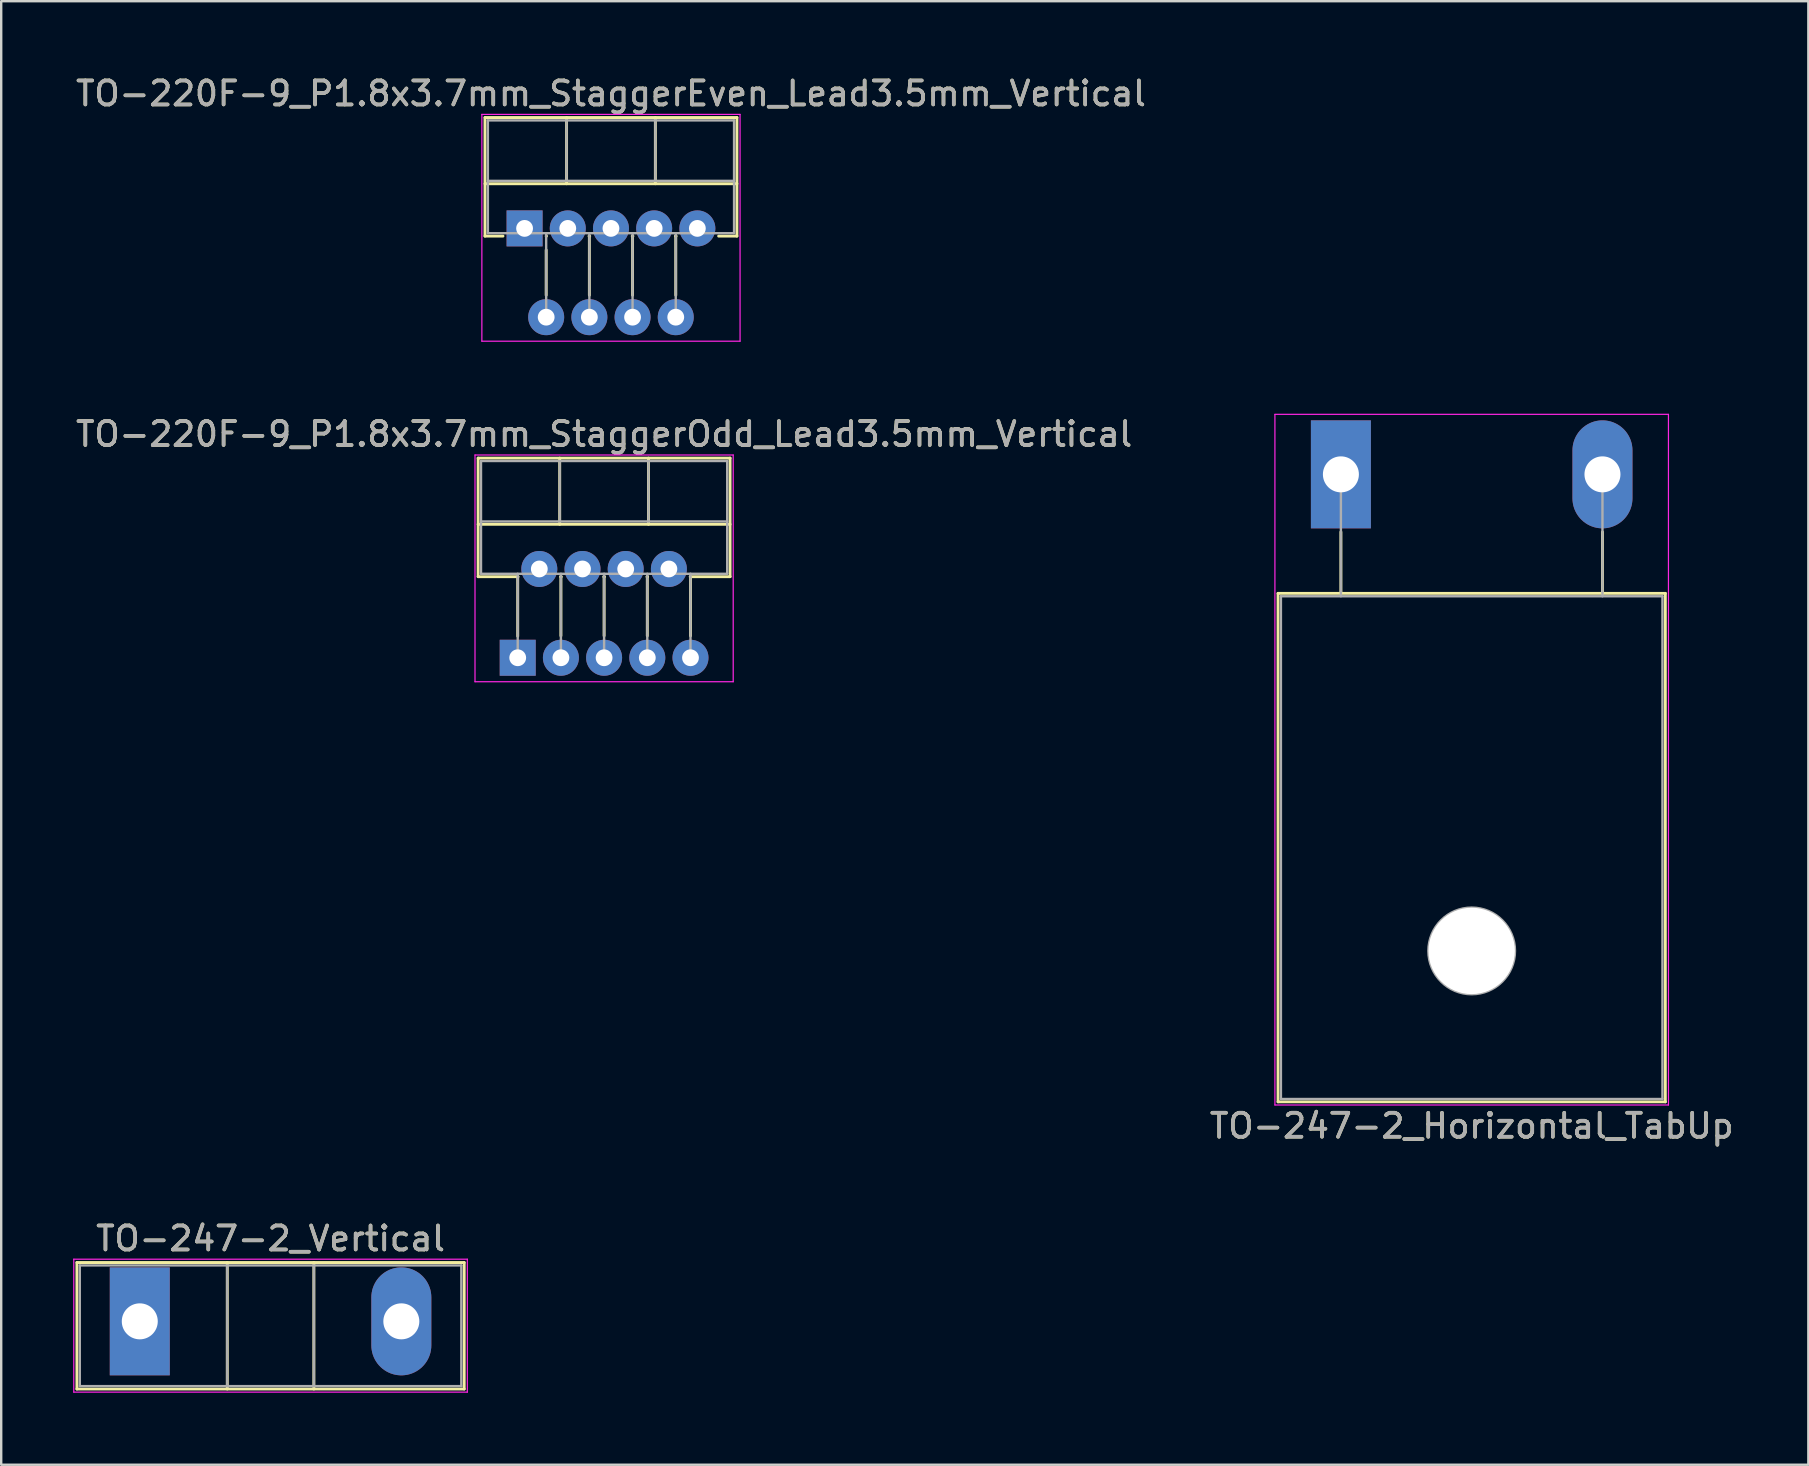
<source format=kicad_pcb>
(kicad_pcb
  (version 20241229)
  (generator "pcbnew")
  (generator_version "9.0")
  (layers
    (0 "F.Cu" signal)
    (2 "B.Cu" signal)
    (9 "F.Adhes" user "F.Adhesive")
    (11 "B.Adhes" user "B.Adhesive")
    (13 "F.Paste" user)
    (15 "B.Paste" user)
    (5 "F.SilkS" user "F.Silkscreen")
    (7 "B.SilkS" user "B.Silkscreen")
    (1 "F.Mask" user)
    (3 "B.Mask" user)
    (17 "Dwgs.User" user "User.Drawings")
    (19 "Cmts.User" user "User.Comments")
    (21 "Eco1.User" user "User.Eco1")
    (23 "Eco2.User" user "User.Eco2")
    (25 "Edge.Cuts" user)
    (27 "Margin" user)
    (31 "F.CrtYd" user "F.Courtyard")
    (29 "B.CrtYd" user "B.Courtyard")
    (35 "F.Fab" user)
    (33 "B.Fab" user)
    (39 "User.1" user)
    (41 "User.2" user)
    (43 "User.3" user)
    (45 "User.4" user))
  (footprint "TO-220F-9_P1.8x3.7mm_StaggerOdd_Lead3.5mm_Vertical"
    (layer "F.Cu")
    (at 18.525 24.361)
    (property "Reference" "TO-220F-9_P1.8x3.7mm_StaggerOdd_Lead3.5mm_Vertical" (at 3.6 -9.32 0) (layer "F.SilkS") (effects (font (size 1 1) (thickness 0.15))))
    (attr through_hole)
    (fp_line (start -1.65 -8.32) (end -1.65 -3.379) (stroke (width 0.12) (type solid)) (layer "F.SilkS"))
    (fp_line (start -1.65 -8.32) (end 8.85 -8.32) (stroke (width 0.12) (type solid)) (layer "F.SilkS"))
    (fp_line (start -1.65 -5.561) (end 8.85 -5.561) (stroke (width 0.12) (type solid)) (layer "F.SilkS"))
    (fp_line (start -1.65 -3.379) (end 0.014 -3.379) (stroke (width 0.12) (type solid)) (layer "F.SilkS"))
    (fp_line (start 0 -3.379) (end 0 -0.9) (stroke (width 0.12) (type solid)) (layer "F.SilkS"))
    (fp_line (start 1.75 -8.32) (end 1.75 -5.561) (stroke (width 0.12) (type solid)) (layer "F.SilkS"))
    (fp_line (start 1.787 -3.379) (end 1.814 -3.379) (stroke (width 0.12) (type solid)) (layer "F.SilkS"))
    (fp_line (start 1.8 -3.379) (end 1.8 -0.915) (stroke (width 0.12) (type solid)) (layer "F.SilkS"))
    (fp_line (start 3.587 -3.379) (end 3.614 -3.379) (stroke (width 0.12) (type solid)) (layer "F.SilkS"))
    (fp_line (start 3.6 -3.379) (end 3.6 -0.915) (stroke (width 0.12) (type solid)) (layer "F.SilkS"))
    (fp_line (start 5.387 -3.379) (end 5.414 -3.379) (stroke (width 0.12) (type solid)) (layer "F.SilkS"))
    (fp_line (start 5.4 -3.379) (end 5.4 -0.915) (stroke (width 0.12) (type solid)) (layer "F.SilkS"))
    (fp_line (start 5.45 -8.32) (end 5.45 -5.561) (stroke (width 0.12) (type solid)) (layer "F.SilkS"))
    (fp_line (start 7.187 -3.379) (end 8.85 -3.379) (stroke (width 0.12) (type solid)) (layer "F.SilkS"))
    (fp_line (start 7.201 -3.379) (end 7.201 -0.915) (stroke (width 0.12) (type solid)) (layer "F.SilkS"))
    (fp_line (start 8.85 -8.32) (end 8.85 -3.379) (stroke (width 0.12) (type solid)) (layer "F.SilkS"))
    (fp_line (start -1.78 -8.45) (end -1.78 1) (stroke (width 0.05) (type solid)) (layer "F.CrtYd"))
    (fp_line (start -1.78 1) (end 8.98 1) (stroke (width 0.05) (type solid)) (layer "F.CrtYd"))
    (fp_line (start 8.98 -8.45) (end -1.78 -8.45) (stroke (width 0.05) (type solid)) (layer "F.CrtYd"))
    (fp_line (start 8.98 1) (end 8.98 -8.45) (stroke (width 0.05) (type solid)) (layer "F.CrtYd"))
    (fp_line (start -1.53 -8.2) (end -1.53 -3.5) (stroke (width 0.1) (type solid)) (layer "F.Fab"))
    (fp_line (start -1.53 -5.68) (end 8.73 -5.68) (stroke (width 0.1) (type solid)) (layer "F.Fab"))
    (fp_line (start -1.53 -3.5) (end 8.73 -3.5) (stroke (width 0.1) (type solid)) (layer "F.Fab"))
    (fp_line (start 0 -3.5) (end 0 0) (stroke (width 0.1) (type solid)) (layer "F.Fab"))
    (fp_line (start 1.75 -8.2) (end 1.75 -5.68) (stroke (width 0.1) (type solid)) (layer "F.Fab"))
    (fp_line (start 1.8 -3.5) (end 1.8 0) (stroke (width 0.1) (type solid)) (layer "F.Fab"))
    (fp_line (start 3.6 -3.5) (end 3.6 0) (stroke (width 0.1) (type solid)) (layer "F.Fab"))
    (fp_line (start 5.4 -3.5) (end 5.4 0) (stroke (width 0.1) (type solid)) (layer "F.Fab"))
    (fp_line (start 5.45 -8.2) (end 5.45 -5.68) (stroke (width 0.1) (type solid)) (layer "F.Fab"))
    (fp_line (start 7.2 -3.5) (end 7.2 0) (stroke (width 0.1) (type solid)) (layer "F.Fab"))
    (fp_line (start 8.73 -8.2) (end -1.53 -8.2) (stroke (width 0.1) (type solid)) (layer "F.Fab"))
    (fp_line (start 8.73 -3.5) (end 8.73 -8.2) (stroke (width 0.1) (type solid)) (layer "F.Fab"))
    (fp_text user "${REFERENCE}" (at 3.6 -9.32 0) (layer "F.Fab") (effects (font (size 1 1) (thickness 0.15))))
    (pad "1" thru_hole rect (at 0 0) (size 1.5 1.5) (drill 0.7) (layers "*.Cu" "*.Mask"))
    (pad "2" thru_hole oval (at 0.9 -3.7) (size 1.5 1.5) (drill 0.7) (layers "*.Cu" "*.Mask"))
    (pad "3" thru_hole oval (at 1.8 0) (size 1.5 1.5) (drill 0.7) (layers "*.Cu" "*.Mask"))
    (pad "4" thru_hole oval (at 2.7 -3.7) (size 1.5 1.5) (drill 0.7) (layers "*.Cu" "*.Mask"))
    (pad "5" thru_hole oval (at 3.6 0) (size 1.5 1.5) (drill 0.7) (layers "*.Cu" "*.Mask"))
    (pad "6" thru_hole oval (at 4.5 -3.7) (size 1.5 1.5) (drill 0.7) (layers "*.Cu" "*.Mask"))
    (pad "7" thru_hole oval (at 5.4 0) (size 1.5 1.5) (drill 0.7) (layers "*.Cu" "*.Mask"))
    (pad "8" thru_hole oval (at 6.3 -3.7) (size 1.5 1.5) (drill 0.7) (layers "*.Cu" "*.Mask"))
    (pad "9" thru_hole oval (at 7.2 0) (size 1.5 1.5) (drill 0.7) (layers "*.Cu" "*.Mask")))
  (footprint "TO-220F-9_P1.8x3.7mm_StaggerEven_Lead3.5mm_Vertical"
    (layer "F.Cu")
    (at 18.811 6.468)
    (property "Reference" "TO-220F-9_P1.8x3.7mm_StaggerEven_Lead3.5mm_Vertical" (at 3.6 -5.62 0) (layer "F.SilkS") (effects (font (size 1 1) (thickness 0.15))))
    (attr through_hole)
    (fp_line (start -1.65 -4.62) (end -1.65 0.321) (stroke (width 0.12) (type solid)) (layer "F.SilkS"))
    (fp_line (start -1.65 -4.62) (end 8.85 -4.62) (stroke (width 0.12) (type solid)) (layer "F.SilkS"))
    (fp_line (start -1.65 -1.861) (end 8.85 -1.861) (stroke (width 0.12) (type solid)) (layer "F.SilkS"))
    (fp_line (start -1.65 0.321) (end -0.9 0.321) (stroke (width 0.12) (type solid)) (layer "F.SilkS"))
    (fp_line (start 0.9 0.321) (end 0.914 0.321) (stroke (width 0.12) (type solid)) (layer "F.SilkS"))
    (fp_line (start 0.9 0.9) (end 0.9 2.785) (stroke (width 0.12) (type solid)) (layer "F.SilkS"))
    (fp_line (start 1.75 -4.62) (end 1.75 -1.861) (stroke (width 0.12) (type solid)) (layer "F.SilkS"))
    (fp_line (start 2.687 0.321) (end 2.714 0.321) (stroke (width 0.12) (type solid)) (layer "F.SilkS"))
    (fp_line (start 2.7 0.321) (end 2.7 2.785) (stroke (width 0.12) (type solid)) (layer "F.SilkS"))
    (fp_line (start 4.487 0.321) (end 4.514 0.321) (stroke (width 0.12) (type solid)) (layer "F.SilkS"))
    (fp_line (start 4.5 0.321) (end 4.5 2.785) (stroke (width 0.12) (type solid)) (layer "F.SilkS"))
    (fp_line (start 5.45 -4.62) (end 5.45 -1.861) (stroke (width 0.12) (type solid)) (layer "F.SilkS"))
    (fp_line (start 6.287 0.321) (end 6.314 0.321) (stroke (width 0.12) (type solid)) (layer "F.SilkS"))
    (fp_line (start 6.301 0.321) (end 6.301 2.785) (stroke (width 0.12) (type solid)) (layer "F.SilkS"))
    (fp_line (start 8.087 0.321) (end 8.85 0.321) (stroke (width 0.12) (type solid)) (layer "F.SilkS"))
    (fp_line (start 8.85 -4.62) (end 8.85 0.321) (stroke (width 0.12) (type solid)) (layer "F.SilkS"))
    (fp_line (start -1.78 -4.75) (end -1.78 4.7) (stroke (width 0.05) (type solid)) (layer "F.CrtYd"))
    (fp_line (start -1.78 4.7) (end 8.98 4.7) (stroke (width 0.05) (type solid)) (layer "F.CrtYd"))
    (fp_line (start 8.98 -4.75) (end -1.78 -4.75) (stroke (width 0.05) (type solid)) (layer "F.CrtYd"))
    (fp_line (start 8.98 4.7) (end 8.98 -4.75) (stroke (width 0.05) (type solid)) (layer "F.CrtYd"))
    (fp_line (start -1.53 -4.5) (end -1.53 0.2) (stroke (width 0.1) (type solid)) (layer "F.Fab"))
    (fp_line (start -1.53 -1.98) (end 8.73 -1.98) (stroke (width 0.1) (type solid)) (layer "F.Fab"))
    (fp_line (start -1.53 0.2) (end 8.73 0.2) (stroke (width 0.1) (type solid)) (layer "F.Fab"))
    (fp_line (start 0.9 0.2) (end 0.9 3.7) (stroke (width 0.1) (type solid)) (layer "F.Fab"))
    (fp_line (start 1.75 -4.5) (end 1.75 -1.98) (stroke (width 0.1) (type solid)) (layer "F.Fab"))
    (fp_line (start 2.7 0.2) (end 2.7 3.7) (stroke (width 0.1) (type solid)) (layer "F.Fab"))
    (fp_line (start 4.5 0.2) (end 4.5 3.7) (stroke (width 0.1) (type solid)) (layer "F.Fab"))
    (fp_line (start 5.45 -4.5) (end 5.45 -1.98) (stroke (width 0.1) (type solid)) (layer "F.Fab"))
    (fp_line (start 6.3 0.2) (end 6.3 3.7) (stroke (width 0.1) (type solid)) (layer "F.Fab"))
    (fp_line (start 8.73 -4.5) (end -1.53 -4.5) (stroke (width 0.1) (type solid)) (layer "F.Fab"))
    (fp_line (start 8.73 0.2) (end 8.73 -4.5) (stroke (width 0.1) (type solid)) (layer "F.Fab"))
    (fp_text user "${REFERENCE}" (at 3.6 -5.62 0) (layer "F.Fab") (effects (font (size 1 1) (thickness 0.15))))
    (pad "1" thru_hole rect (at 0 0) (size 1.5 1.5) (drill 0.7) (layers "*.Cu" "*.Mask"))
    (pad "2" thru_hole oval (at 0.9 3.7) (size 1.5 1.5) (drill 0.7) (layers "*.Cu" "*.Mask"))
    (pad "3" thru_hole oval (at 1.8 0) (size 1.5 1.5) (drill 0.7) (layers "*.Cu" "*.Mask"))
    (pad "4" thru_hole oval (at 2.7 3.7) (size 1.5 1.5) (drill 0.7) (layers "*.Cu" "*.Mask"))
    (pad "5" thru_hole oval (at 3.6 0) (size 1.5 1.5) (drill 0.7) (layers "*.Cu" "*.Mask"))
    (pad "6" thru_hole oval (at 4.5 3.7) (size 1.5 1.5) (drill 0.7) (layers "*.Cu" "*.Mask"))
    (pad "7" thru_hole oval (at 5.4 0) (size 1.5 1.5) (drill 0.7) (layers "*.Cu" "*.Mask"))
    (pad "8" thru_hole oval (at 6.3 3.7) (size 1.5 1.5) (drill 0.7) (layers "*.Cu" "*.Mask"))
    (pad "9" thru_hole oval (at 7.2 0) (size 1.5 1.5) (drill 0.7) (layers "*.Cu" "*.Mask")))
  (footprint "TO-247-2_Vertical"
    (layer "F.Cu")
    (at 2.775 52.015)
    (property "Reference" "TO-247-2_Vertical" (at 5.45 -3.45 0) (layer "F.SilkS") (effects (font (size 1 1) (thickness 0.15))))
    (attr through_hole)
    (fp_line (start -2.62 -2.451) (end -2.62 2.82) (stroke (width 0.12) (type solid)) (layer "F.SilkS"))
    (fp_line (start -2.62 -2.451) (end 13.52 -2.451) (stroke (width 0.12) (type solid)) (layer "F.SilkS"))
    (fp_line (start -2.62 2.82) (end 13.52 2.82) (stroke (width 0.12) (type solid)) (layer "F.SilkS"))
    (fp_line (start 3.646 -2.451) (end 3.646 2.82) (stroke (width 0.12) (type solid)) (layer "F.SilkS"))
    (fp_line (start 7.255 -2.451) (end 7.255 2.82) (stroke (width 0.12) (type solid)) (layer "F.SilkS"))
    (fp_line (start 13.52 -2.451) (end 13.52 2.82) (stroke (width 0.12) (type solid)) (layer "F.SilkS"))
    (fp_line (start -2.75 -2.59) (end -2.75 2.95) (stroke (width 0.05) (type solid)) (layer "F.CrtYd"))
    (fp_line (start -2.75 2.95) (end 13.65 2.95) (stroke (width 0.05) (type solid)) (layer "F.CrtYd"))
    (fp_line (start 13.65 -2.59) (end -2.75 -2.59) (stroke (width 0.05) (type solid)) (layer "F.CrtYd"))
    (fp_line (start 13.65 2.95) (end 13.65 -2.59) (stroke (width 0.05) (type solid)) (layer "F.CrtYd"))
    (fp_line (start -2.5 -2.33) (end -2.5 2.7) (stroke (width 0.1) (type solid)) (layer "F.Fab"))
    (fp_line (start -2.5 2.7) (end 13.4 2.7) (stroke (width 0.1) (type solid)) (layer "F.Fab"))
    (fp_line (start 3.645 -2.33) (end 3.645 2.7) (stroke (width 0.1) (type solid)) (layer "F.Fab"))
    (fp_line (start 7.255 -2.33) (end 7.255 2.7) (stroke (width 0.1) (type solid)) (layer "F.Fab"))
    (fp_line (start 13.4 -2.33) (end -2.5 -2.33) (stroke (width 0.1) (type solid)) (layer "F.Fab"))
    (fp_line (start 13.4 2.7) (end 13.4 -2.33) (stroke (width 0.1) (type solid)) (layer "F.Fab"))
    (fp_text user "${REFERENCE}" (at 5.45 -3.45 0) (layer "F.Fab") (effects (font (size 1 1) (thickness 0.15))))
    (pad "1" thru_hole rect (at 0 0) (size 2.5 4.5) (drill 1.5) (layers "*.Cu" "*.Mask"))
    (pad "2" thru_hole oval (at 10.9 0) (size 2.5 4.5) (drill 1.5) (layers "*.Cu" "*.Mask")))
  (footprint "TO-247-2_Horizontal_TabUp"
    (layer "F.Cu")
    (at 52.83 16.718)
    (property "Reference" "TO-247-2_Horizontal_TabUp" (at 5.45 27.15 0) (layer "F.SilkS") (effects (font (size 1 1) (thickness 0.15))))
    (attr through_hole)
    (fp_line (start -2.62 4.96) (end -2.62 26.15) (stroke (width 0.12) (type solid)) (layer "F.SilkS"))
    (fp_line (start -2.62 4.96) (end 13.52 4.96) (stroke (width 0.12) (type solid)) (layer "F.SilkS"))
    (fp_line (start -2.62 26.15) (end 13.52 26.15) (stroke (width 0.12) (type solid)) (layer "F.SilkS"))
    (fp_line (start 0 2.4) (end 0 4.96) (stroke (width 0.12) (type solid)) (layer "F.SilkS"))
    (fp_line (start 10.9 2.4) (end 10.9 4.96) (stroke (width 0.12) (type solid)) (layer "F.SilkS"))
    (fp_line (start 13.52 4.96) (end 13.52 26.15) (stroke (width 0.12) (type solid)) (layer "F.SilkS"))
    (fp_line (start -2.75 -2.5) (end -2.75 26.28) (stroke (width 0.05) (type solid)) (layer "F.CrtYd"))
    (fp_line (start -2.75 26.28) (end 13.65 26.28) (stroke (width 0.05) (type solid)) (layer "F.CrtYd"))
    (fp_line (start 13.65 -2.5) (end -2.75 -2.5) (stroke (width 0.05) (type solid)) (layer "F.CrtYd"))
    (fp_line (start 13.65 26.28) (end 13.65 -2.5) (stroke (width 0.05) (type solid)) (layer "F.CrtYd"))
    (fp_line (start -2.5 5.08) (end -2.5 26.03) (stroke (width 0.1) (type solid)) (layer "F.Fab"))
    (fp_line (start -2.5 26.03) (end 13.4 26.03) (stroke (width 0.1) (type solid)) (layer "F.Fab"))
    (fp_line (start 0 5.08) (end 0 0) (stroke (width 0.1) (type solid)) (layer "F.Fab"))
    (fp_line (start 10.9 5.08) (end 10.9 0) (stroke (width 0.1) (type solid)) (layer "F.Fab"))
    (fp_line (start 13.4 5.08) (end -2.5 5.08) (stroke (width 0.1) (type solid)) (layer "F.Fab"))
    (fp_line (start 13.4 26.03) (end 13.4 5.08) (stroke (width 0.1) (type solid)) (layer "F.Fab"))
    (fp_circle (center 5.45 19.86) (end 7.255 19.86) (stroke (width 0.1) (type solid)) (fill no) (layer "F.Fab"))
    (fp_text user "${REFERENCE}" (at 5.45 27.15 0) (layer "F.Fab") (effects (font (size 1 1) (thickness 0.15))))
    (pad "" np_thru_hole oval (at 5.45 19.86) (size 3.6 3.6) (drill 3.6) (layers "*.Cu" "*.Mask"))
    (pad "1" thru_hole rect (at 0 0) (size 2.5 4.5) (drill 1.5) (layers "*.Cu" "*.Mask"))
    (pad "2" thru_hole oval (at 10.9 0) (size 2.5 4.5) (drill 1.5) (layers "*.Cu" "*.Mask")))
  (gr_rect
    (start -3 -3)
    (end 72.31 57.99)
    (stroke (width 0.1) (type default))
    (fill no)
    (layer "Edge.Cuts")))
</source>
